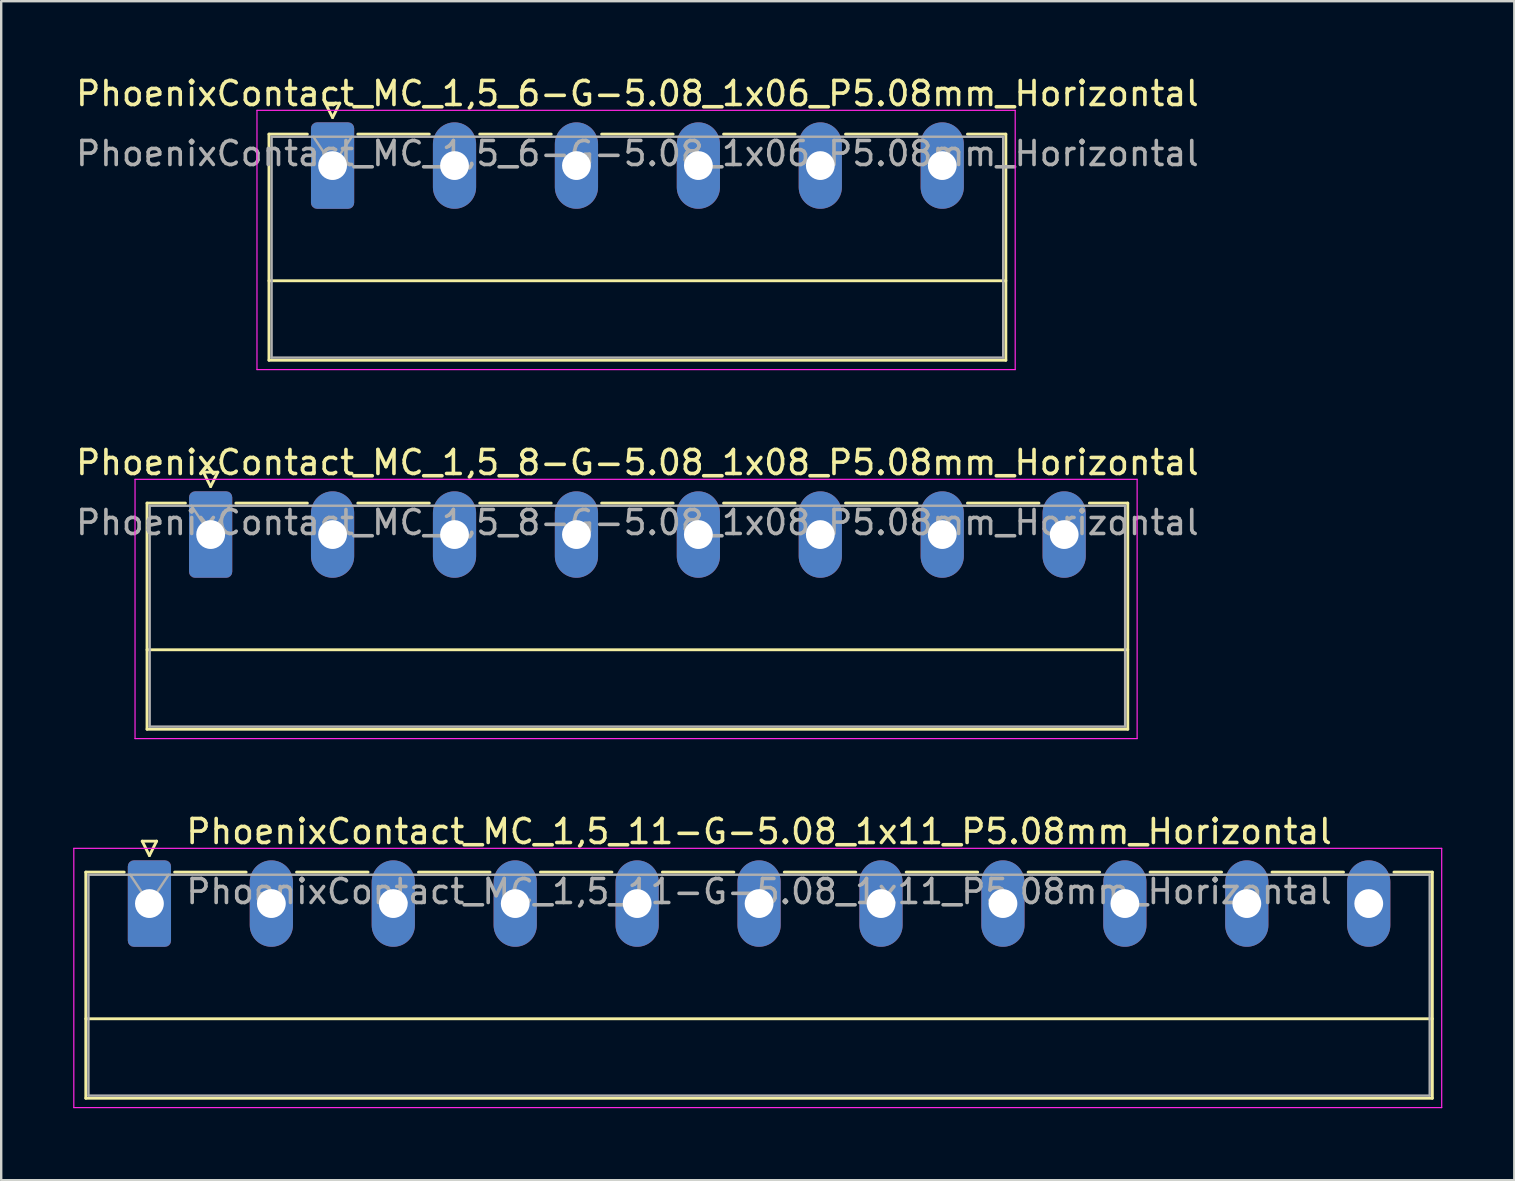
<source format=kicad_pcb>
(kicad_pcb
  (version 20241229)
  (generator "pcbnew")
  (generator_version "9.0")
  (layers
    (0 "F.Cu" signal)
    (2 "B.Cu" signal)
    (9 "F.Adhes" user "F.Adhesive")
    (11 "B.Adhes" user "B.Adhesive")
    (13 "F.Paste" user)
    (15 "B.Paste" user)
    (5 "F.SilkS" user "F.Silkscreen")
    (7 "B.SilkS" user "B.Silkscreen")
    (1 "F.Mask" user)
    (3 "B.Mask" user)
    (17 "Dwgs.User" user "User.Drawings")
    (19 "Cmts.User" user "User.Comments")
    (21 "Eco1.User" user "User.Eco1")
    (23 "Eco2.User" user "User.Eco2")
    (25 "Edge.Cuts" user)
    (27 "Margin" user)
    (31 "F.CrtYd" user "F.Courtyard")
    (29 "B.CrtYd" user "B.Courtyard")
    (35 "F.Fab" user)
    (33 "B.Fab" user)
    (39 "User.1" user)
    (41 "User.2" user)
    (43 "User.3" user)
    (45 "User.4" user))
  (footprint "PhoenixContact_MC_1,5_6-G-5.08_1x06_P5.08mm_Horizontal"
    (layer "F.Cu")
    (at 10.806 3.848)
    (property "Reference" "PhoenixContact_MC_1,5_6-G-5.08_1x06_P5.08mm_Horizontal" (at 12.7 -3 0) (layer "F.SilkS") (effects (font (size 1 1) (thickness 0.15))))
    (attr through_hole)
    (fp_line (start -2.65 -1.31) (end -2.65 8.11) (stroke (width 0.12) (type solid)) (layer "F.SilkS"))
    (fp_line (start -2.65 -1.31) (end -1.05 -1.31) (stroke (width 0.12) (type solid)) (layer "F.SilkS"))
    (fp_line (start -2.65 4.8) (end 28.05 4.8) (stroke (width 0.12) (type solid)) (layer "F.SilkS"))
    (fp_line (start -2.65 8.11) (end 28.05 8.11) (stroke (width 0.12) (type solid)) (layer "F.SilkS"))
    (fp_line (start -0.3 -2.6) (end 0.3 -2.6) (stroke (width 0.12) (type solid)) (layer "F.SilkS"))
    (fp_line (start 0 -2) (end -0.3 -2.6) (stroke (width 0.12) (type solid)) (layer "F.SilkS"))
    (fp_line (start 0.3 -2.6) (end 0 -2) (stroke (width 0.12) (type solid)) (layer "F.SilkS"))
    (fp_line (start 1.05 -1.31) (end 4.03 -1.31) (stroke (width 0.12) (type solid)) (layer "F.SilkS"))
    (fp_line (start 6.13 -1.31) (end 9.11 -1.31) (stroke (width 0.12) (type solid)) (layer "F.SilkS"))
    (fp_line (start 11.21 -1.31) (end 14.19 -1.31) (stroke (width 0.12) (type solid)) (layer "F.SilkS"))
    (fp_line (start 16.29 -1.31) (end 19.27 -1.31) (stroke (width 0.12) (type solid)) (layer "F.SilkS"))
    (fp_line (start 21.37 -1.31) (end 24.35 -1.31) (stroke (width 0.12) (type solid)) (layer "F.SilkS"))
    (fp_line (start 28.05 -1.31) (end 26.45 -1.31) (stroke (width 0.12) (type solid)) (layer "F.SilkS"))
    (fp_line (start 28.05 8.11) (end 28.05 -1.31) (stroke (width 0.12) (type solid)) (layer "F.SilkS"))
    (fp_line (start -3.15 -2.3) (end -3.15 8.5) (stroke (width 0.05) (type solid)) (layer "F.CrtYd"))
    (fp_line (start -3.15 8.5) (end 28.44 8.5) (stroke (width 0.05) (type solid)) (layer "F.CrtYd"))
    (fp_line (start 28.44 -2.3) (end -3.15 -2.3) (stroke (width 0.05) (type solid)) (layer "F.CrtYd"))
    (fp_line (start 28.44 8.5) (end 28.44 -2.3) (stroke (width 0.05) (type solid)) (layer "F.CrtYd"))
    (fp_line (start -2.54 -1.2) (end -2.54 8) (stroke (width 0.1) (type solid)) (layer "F.Fab"))
    (fp_line (start -2.54 8) (end 27.94 8) (stroke (width 0.1) (type solid)) (layer "F.Fab"))
    (fp_line (start 0 0) (end -0.8 -1.2) (stroke (width 0.1) (type solid)) (layer "F.Fab"))
    (fp_line (start 0.8 -1.2) (end 0 0) (stroke (width 0.1) (type solid)) (layer "F.Fab"))
    (fp_line (start 27.94 -1.2) (end -2.54 -1.2) (stroke (width 0.1) (type solid)) (layer "F.Fab"))
    (fp_line (start 27.94 8) (end 27.94 -1.2) (stroke (width 0.1) (type solid)) (layer "F.Fab"))
    (fp_text user "${REFERENCE}" (at 12.7 -0.5 0) (layer "F.Fab") (effects (font (size 1 1) (thickness 0.15))))
    (pad "1" thru_hole roundrect (at 0 0) (size 1.8 3.6) (drill 1.2) (layers "*.Cu" "*.Mask") (roundrect_rratio 0.139))
    (pad "2" thru_hole oval (at 5.08 0) (size 1.8 3.6) (drill 1.2) (layers "*.Cu" "*.Mask"))
    (pad "3" thru_hole oval (at 10.16 0) (size 1.8 3.6) (drill 1.2) (layers "*.Cu" "*.Mask"))
    (pad "4" thru_hole oval (at 15.24 0) (size 1.8 3.6) (drill 1.2) (layers "*.Cu" "*.Mask"))
    (pad "5" thru_hole oval (at 20.32 0) (size 1.8 3.6) (drill 1.2) (layers "*.Cu" "*.Mask"))
    (pad "6" thru_hole oval (at 25.4 0) (size 1.8 3.6) (drill 1.2) (layers "*.Cu" "*.Mask")))
  (footprint "PhoenixContact_MC_1,5_11-G-5.08_1x11_P5.08mm_Horizontal"
    (layer "F.Cu")
    (at 3.175 34.595)
    (property "Reference" "PhoenixContact_MC_1,5_11-G-5.08_1x11_P5.08mm_Horizontal" (at 25.4 -3 0) (layer "F.SilkS") (effects (font (size 1 1) (thickness 0.15))))
    (attr through_hole)
    (fp_line (start -2.65 -1.31) (end -2.65 8.11) (stroke (width 0.12) (type solid)) (layer "F.SilkS"))
    (fp_line (start -2.65 -1.31) (end -1.05 -1.31) (stroke (width 0.12) (type solid)) (layer "F.SilkS"))
    (fp_line (start -2.65 4.8) (end 53.45 4.8) (stroke (width 0.12) (type solid)) (layer "F.SilkS"))
    (fp_line (start -2.65 8.11) (end 53.45 8.11) (stroke (width 0.12) (type solid)) (layer "F.SilkS"))
    (fp_line (start -0.3 -2.6) (end 0.3 -2.6) (stroke (width 0.12) (type solid)) (layer "F.SilkS"))
    (fp_line (start 0 -2) (end -0.3 -2.6) (stroke (width 0.12) (type solid)) (layer "F.SilkS"))
    (fp_line (start 0.3 -2.6) (end 0 -2) (stroke (width 0.12) (type solid)) (layer "F.SilkS"))
    (fp_line (start 1.05 -1.31) (end 4.03 -1.31) (stroke (width 0.12) (type solid)) (layer "F.SilkS"))
    (fp_line (start 6.13 -1.31) (end 9.11 -1.31) (stroke (width 0.12) (type solid)) (layer "F.SilkS"))
    (fp_line (start 11.21 -1.31) (end 14.19 -1.31) (stroke (width 0.12) (type solid)) (layer "F.SilkS"))
    (fp_line (start 16.29 -1.31) (end 19.27 -1.31) (stroke (width 0.12) (type solid)) (layer "F.SilkS"))
    (fp_line (start 21.37 -1.31) (end 24.35 -1.31) (stroke (width 0.12) (type solid)) (layer "F.SilkS"))
    (fp_line (start 26.45 -1.31) (end 29.43 -1.31) (stroke (width 0.12) (type solid)) (layer "F.SilkS"))
    (fp_line (start 31.53 -1.31) (end 34.51 -1.31) (stroke (width 0.12) (type solid)) (layer "F.SilkS"))
    (fp_line (start 36.61 -1.31) (end 39.59 -1.31) (stroke (width 0.12) (type solid)) (layer "F.SilkS"))
    (fp_line (start 41.69 -1.31) (end 44.67 -1.31) (stroke (width 0.12) (type solid)) (layer "F.SilkS"))
    (fp_line (start 46.77 -1.31) (end 49.75 -1.31) (stroke (width 0.12) (type solid)) (layer "F.SilkS"))
    (fp_line (start 53.45 -1.31) (end 51.85 -1.31) (stroke (width 0.12) (type solid)) (layer "F.SilkS"))
    (fp_line (start 53.45 8.11) (end 53.45 -1.31) (stroke (width 0.12) (type solid)) (layer "F.SilkS"))
    (fp_line (start -3.15 -2.3) (end -3.15 8.5) (stroke (width 0.05) (type solid)) (layer "F.CrtYd"))
    (fp_line (start -3.15 8.5) (end 53.84 8.5) (stroke (width 0.05) (type solid)) (layer "F.CrtYd"))
    (fp_line (start 53.84 -2.3) (end -3.15 -2.3) (stroke (width 0.05) (type solid)) (layer "F.CrtYd"))
    (fp_line (start 53.84 8.5) (end 53.84 -2.3) (stroke (width 0.05) (type solid)) (layer "F.CrtYd"))
    (fp_line (start -2.54 -1.2) (end -2.54 8) (stroke (width 0.1) (type solid)) (layer "F.Fab"))
    (fp_line (start -2.54 8) (end 53.34 8) (stroke (width 0.1) (type solid)) (layer "F.Fab"))
    (fp_line (start 0 0) (end -0.8 -1.2) (stroke (width 0.1) (type solid)) (layer "F.Fab"))
    (fp_line (start 0.8 -1.2) (end 0 0) (stroke (width 0.1) (type solid)) (layer "F.Fab"))
    (fp_line (start 53.34 -1.2) (end -2.54 -1.2) (stroke (width 0.1) (type solid)) (layer "F.Fab"))
    (fp_line (start 53.34 8) (end 53.34 -1.2) (stroke (width 0.1) (type solid)) (layer "F.Fab"))
    (fp_text user "${REFERENCE}" (at 25.4 -0.5 0) (layer "F.Fab") (effects (font (size 1 1) (thickness 0.15))))
    (pad "1" thru_hole roundrect (at 0 0) (size 1.8 3.6) (drill 1.2) (layers "*.Cu" "*.Mask") (roundrect_rratio 0.139))
    (pad "2" thru_hole oval (at 5.08 0) (size 1.8 3.6) (drill 1.2) (layers "*.Cu" "*.Mask"))
    (pad "3" thru_hole oval (at 10.16 0) (size 1.8 3.6) (drill 1.2) (layers "*.Cu" "*.Mask"))
    (pad "4" thru_hole oval (at 15.24 0) (size 1.8 3.6) (drill 1.2) (layers "*.Cu" "*.Mask"))
    (pad "5" thru_hole oval (at 20.32 0) (size 1.8 3.6) (drill 1.2) (layers "*.Cu" "*.Mask"))
    (pad "6" thru_hole oval (at 25.4 0) (size 1.8 3.6) (drill 1.2) (layers "*.Cu" "*.Mask"))
    (pad "7" thru_hole oval (at 30.48 0) (size 1.8 3.6) (drill 1.2) (layers "*.Cu" "*.Mask"))
    (pad "8" thru_hole oval (at 35.56 0) (size 1.8 3.6) (drill 1.2) (layers "*.Cu" "*.Mask"))
    (pad "9" thru_hole oval (at 40.64 0) (size 1.8 3.6) (drill 1.2) (layers "*.Cu" "*.Mask"))
    (pad "10" thru_hole oval (at 45.72 0) (size 1.8 3.6) (drill 1.2) (layers "*.Cu" "*.Mask"))
    (pad "11" thru_hole oval (at 50.8 0) (size 1.8 3.6) (drill 1.2) (layers "*.Cu" "*.Mask")))
  (footprint "PhoenixContact_MC_1,5_8-G-5.08_1x08_P5.08mm_Horizontal"
    (layer "F.Cu")
    (at 5.726 19.221)
    (property "Reference" "PhoenixContact_MC_1,5_8-G-5.08_1x08_P5.08mm_Horizontal" (at 17.78 -3 0) (layer "F.SilkS") (effects (font (size 1 1) (thickness 0.15))))
    (attr through_hole)
    (fp_line (start -2.65 -1.31) (end -2.65 8.11) (stroke (width 0.12) (type solid)) (layer "F.SilkS"))
    (fp_line (start -2.65 -1.31) (end -1.05 -1.31) (stroke (width 0.12) (type solid)) (layer "F.SilkS"))
    (fp_line (start -2.65 4.8) (end 38.21 4.8) (stroke (width 0.12) (type solid)) (layer "F.SilkS"))
    (fp_line (start -2.65 8.11) (end 38.21 8.11) (stroke (width 0.12) (type solid)) (layer "F.SilkS"))
    (fp_line (start -0.3 -2.6) (end 0.3 -2.6) (stroke (width 0.12) (type solid)) (layer "F.SilkS"))
    (fp_line (start 0 -2) (end -0.3 -2.6) (stroke (width 0.12) (type solid)) (layer "F.SilkS"))
    (fp_line (start 0.3 -2.6) (end 0 -2) (stroke (width 0.12) (type solid)) (layer "F.SilkS"))
    (fp_line (start 1.05 -1.31) (end 4.03 -1.31) (stroke (width 0.12) (type solid)) (layer "F.SilkS"))
    (fp_line (start 6.13 -1.31) (end 9.11 -1.31) (stroke (width 0.12) (type solid)) (layer "F.SilkS"))
    (fp_line (start 11.21 -1.31) (end 14.19 -1.31) (stroke (width 0.12) (type solid)) (layer "F.SilkS"))
    (fp_line (start 16.29 -1.31) (end 19.27 -1.31) (stroke (width 0.12) (type solid)) (layer "F.SilkS"))
    (fp_line (start 21.37 -1.31) (end 24.35 -1.31) (stroke (width 0.12) (type solid)) (layer "F.SilkS"))
    (fp_line (start 26.45 -1.31) (end 29.43 -1.31) (stroke (width 0.12) (type solid)) (layer "F.SilkS"))
    (fp_line (start 31.53 -1.31) (end 34.51 -1.31) (stroke (width 0.12) (type solid)) (layer "F.SilkS"))
    (fp_line (start 38.21 -1.31) (end 36.61 -1.31) (stroke (width 0.12) (type solid)) (layer "F.SilkS"))
    (fp_line (start 38.21 8.11) (end 38.21 -1.31) (stroke (width 0.12) (type solid)) (layer "F.SilkS"))
    (fp_line (start -3.15 -2.3) (end -3.15 8.5) (stroke (width 0.05) (type solid)) (layer "F.CrtYd"))
    (fp_line (start -3.15 8.5) (end 38.6 8.5) (stroke (width 0.05) (type solid)) (layer "F.CrtYd"))
    (fp_line (start 38.6 -2.3) (end -3.15 -2.3) (stroke (width 0.05) (type solid)) (layer "F.CrtYd"))
    (fp_line (start 38.6 8.5) (end 38.6 -2.3) (stroke (width 0.05) (type solid)) (layer "F.CrtYd"))
    (fp_line (start -2.54 -1.2) (end -2.54 8) (stroke (width 0.1) (type solid)) (layer "F.Fab"))
    (fp_line (start -2.54 8) (end 38.1 8) (stroke (width 0.1) (type solid)) (layer "F.Fab"))
    (fp_line (start 0 0) (end -0.8 -1.2) (stroke (width 0.1) (type solid)) (layer "F.Fab"))
    (fp_line (start 0.8 -1.2) (end 0 0) (stroke (width 0.1) (type solid)) (layer "F.Fab"))
    (fp_line (start 38.1 -1.2) (end -2.54 -1.2) (stroke (width 0.1) (type solid)) (layer "F.Fab"))
    (fp_line (start 38.1 8) (end 38.1 -1.2) (stroke (width 0.1) (type solid)) (layer "F.Fab"))
    (fp_text user "${REFERENCE}" (at 17.78 -0.5 0) (layer "F.Fab") (effects (font (size 1 1) (thickness 0.15))))
    (pad "1" thru_hole roundrect (at 0 0) (size 1.8 3.6) (drill 1.2) (layers "*.Cu" "*.Mask") (roundrect_rratio 0.139))
    (pad "2" thru_hole oval (at 5.08 0) (size 1.8 3.6) (drill 1.2) (layers "*.Cu" "*.Mask"))
    (pad "3" thru_hole oval (at 10.16 0) (size 1.8 3.6) (drill 1.2) (layers "*.Cu" "*.Mask"))
    (pad "4" thru_hole oval (at 15.24 0) (size 1.8 3.6) (drill 1.2) (layers "*.Cu" "*.Mask"))
    (pad "5" thru_hole oval (at 20.32 0) (size 1.8 3.6) (drill 1.2) (layers "*.Cu" "*.Mask"))
    (pad "6" thru_hole oval (at 25.4 0) (size 1.8 3.6) (drill 1.2) (layers "*.Cu" "*.Mask"))
    (pad "7" thru_hole oval (at 30.48 0) (size 1.8 3.6) (drill 1.2) (layers "*.Cu" "*.Mask"))
    (pad "8" thru_hole oval (at 35.56 0) (size 1.8 3.6) (drill 1.2) (layers "*.Cu" "*.Mask")))
  (gr_rect
    (start -3 -3)
    (end 60.04 46.12)
    (stroke (width 0.1) (type default))
    (fill no)
    (layer "Edge.Cuts")))
</source>
